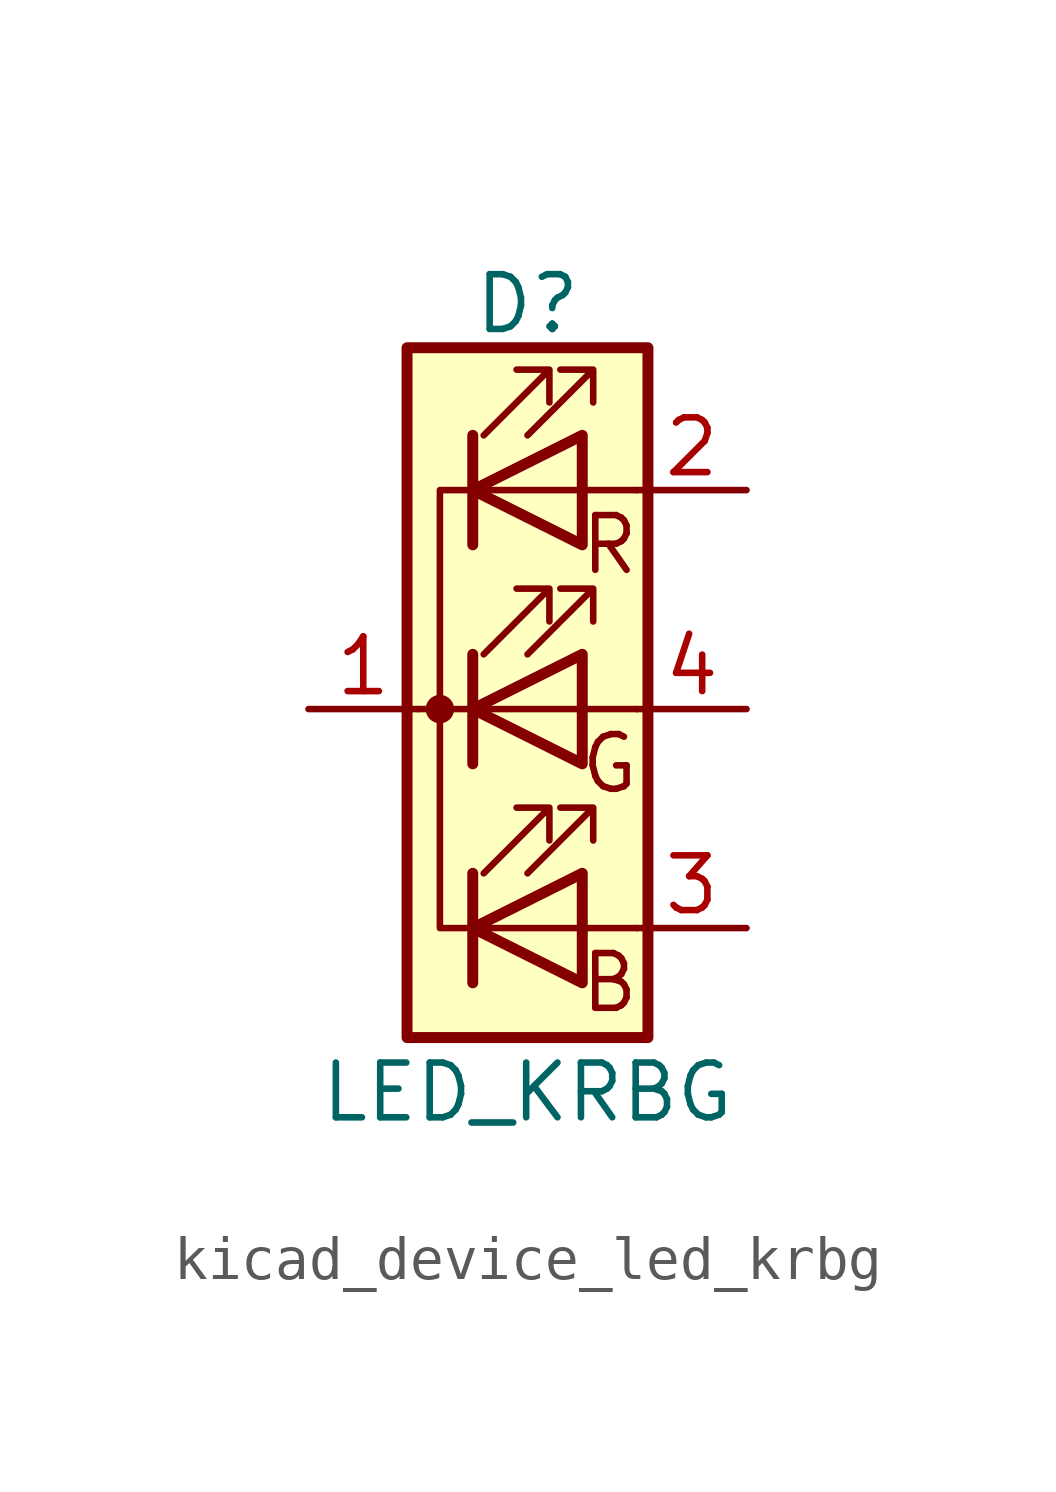
<source format=kicad_sym>
(kicad_symbol_lib
  (version 20220914)
  (generator kicad_symbol_editor)
  (symbol "kicad_device_led_krbg"
    (pin_names
      (offset 0) hide)
    (property "Reference" "D"
      (at 0 9.398 0)
      (effects (font (size 1.27 1.27))))
    (property "Value" "LED_KRBG"
      (at 0 -8.89 0)
      (effects (font (size 1.27 1.27))))
    (symbol "kicad_device_led_krbg_0_0"
      (text "B" (at 1.905 -6.35 0) (effects (font (size 1.27 1.27))))
      (text "G" (at 1.905 -1.27 0) (effects (font (size 1.27 1.27))))
      (text "R" (at 1.905 3.81 0) (effects (font (size 1.27 1.27)))))
    (symbol "kicad_device_led_krbg_0_1"
      (circle (center -2.032 0) (radius 0.254) (stroke (width 0) (type default)) (fill (type outline)))
      (polyline (pts (xy -1.27 -5.08) (xy 1.27 -5.08)) (stroke (width 0) (type default)) (fill (type none)))
      (polyline (pts (xy -1.27 -3.81) (xy -1.27 -6.35)) (stroke (width 0.254) (type default)) (fill (type none)))
      (polyline (pts (xy -1.27 0) (xy -2.54 0)) (stroke (width 0) (type default)) (fill (type none)))
      (polyline (pts (xy -1.27 1.27) (xy -1.27 -1.27)) (stroke (width 0.254) (type default)) (fill (type none)))
      (polyline (pts (xy -1.27 5.08) (xy 1.27 5.08)) (stroke (width 0) (type default)) (fill (type none)))
      (polyline (pts (xy -1.27 6.35) (xy -1.27 3.81)) (stroke (width 0.254) (type default)) (fill (type none)))
      (polyline (pts (xy 1.27 -5.08) (xy 2.54 -5.08)) (stroke (width 0) (type default)) (fill (type none)))
      (polyline (pts (xy 1.27 0) (xy -1.27 0)) (stroke (width 0) (type default)) (fill (type none)))
      (polyline (pts (xy 1.27 0) (xy 2.54 0)) (stroke (width 0) (type default)) (fill (type none)))
      (polyline (pts (xy 1.27 5.08) (xy 2.54 5.08)) (stroke (width 0) (type default)) (fill (type none)))
      (polyline (pts (xy -1.27 1.27) (xy -1.27 -1.27) (xy -1.27 -1.27)) (stroke (width 0) (type default)) (fill (type none)))
      (polyline (pts (xy -1.27 6.35) (xy -1.27 3.81) (xy -1.27 3.81)) (stroke (width 0) (type default)) (fill (type none)))
      (polyline (pts (xy -1.27 5.08) (xy -2.032 5.08) (xy -2.032 -5.08) (xy -1.016 -5.08)) (stroke (width 0) (type default)) (fill (type none)))
      (polyline (pts (xy 1.27 -3.81) (xy 1.27 -6.35) (xy -1.27 -5.08) (xy 1.27 -3.81)) (stroke (width 0.254) (type default)) (fill (type none)))
      (polyline (pts (xy 1.27 1.27) (xy 1.27 -1.27) (xy -1.27 0) (xy 1.27 1.27)) (stroke (width 0.254) (type default)) (fill (type none)))
      (polyline (pts (xy 1.27 6.35) (xy 1.27 3.81) (xy -1.27 5.08) (xy 1.27 6.35)) (stroke (width 0.254) (type default)) (fill (type none)))
      (polyline (pts (xy -1.016 -3.81) (xy 0.508 -2.286) (xy -0.254 -2.286) (xy 0.508 -2.286) (xy 0.508 -3.048)) (stroke (width 0) (type default)) (fill (type none)))
      (polyline (pts (xy -1.016 1.27) (xy 0.508 2.794) (xy -0.254 2.794) (xy 0.508 2.794) (xy 0.508 2.032)) (stroke (width 0) (type default)) (fill (type none)))
      (polyline (pts (xy -1.016 6.35) (xy 0.508 7.874) (xy -0.254 7.874) (xy 0.508 7.874) (xy 0.508 7.112)) (stroke (width 0) (type default)) (fill (type none)))
      (polyline (pts (xy 0 -3.81) (xy 1.524 -2.286) (xy 0.762 -2.286) (xy 1.524 -2.286) (xy 1.524 -3.048)) (stroke (width 0) (type default)) (fill (type none)))
      (polyline (pts (xy 0 1.27) (xy 1.524 2.794) (xy 0.762 2.794) (xy 1.524 2.794) (xy 1.524 2.032)) (stroke (width 0) (type default)) (fill (type none)))
      (polyline (pts (xy 0 6.35) (xy 1.524 7.874) (xy 0.762 7.874) (xy 1.524 7.874) (xy 1.524 7.112)) (stroke (width 0) (type default)) (fill (type none)))
      (rectangle (start 1.27 -1.27) (end 1.27 1.27) (stroke (width 0) (type default)) (fill (type none)))
      (rectangle (start 1.27 1.27) (end 1.27 1.27) (stroke (width 0) (type default)) (fill (type none)))
      (rectangle (start 1.27 3.81) (end 1.27 6.35) (stroke (width 0) (type default)) (fill (type none)))
      (rectangle (start 1.27 6.35) (end 1.27 6.35) (stroke (width 0) (type default)) (fill (type none)))
      (rectangle (start 2.794 8.382) (end -2.794 -7.62) (stroke (width 0.254) (type default)) (fill (type background))))
    (symbol "kicad_device_led_krbg_1_1"
      (pin passive line (at -5.08 0 0) (length 2.54) (name "K" (effects (font (size 1.27 1.27)))) (number "1" (effects (font (size 1.27 1.27)))))
      (pin passive line (at 5.08 5.08 180) (length 2.54) (name "RA" (effects (font (size 1.27 1.27)))) (number "2" (effects (font (size 1.27 1.27)))))
      (pin passive line (at 5.08 -5.08 180) (length 2.54) (name "BA" (effects (font (size 1.27 1.27)))) (number "3" (effects (font (size 1.27 1.27)))))
      (pin passive line (at 5.08 0 180) (length 2.54) (name "GA" (effects (font (size 1.27 1.27)))) (number "4" (effects (font (size 1.27 1.27))))))))
</source>
